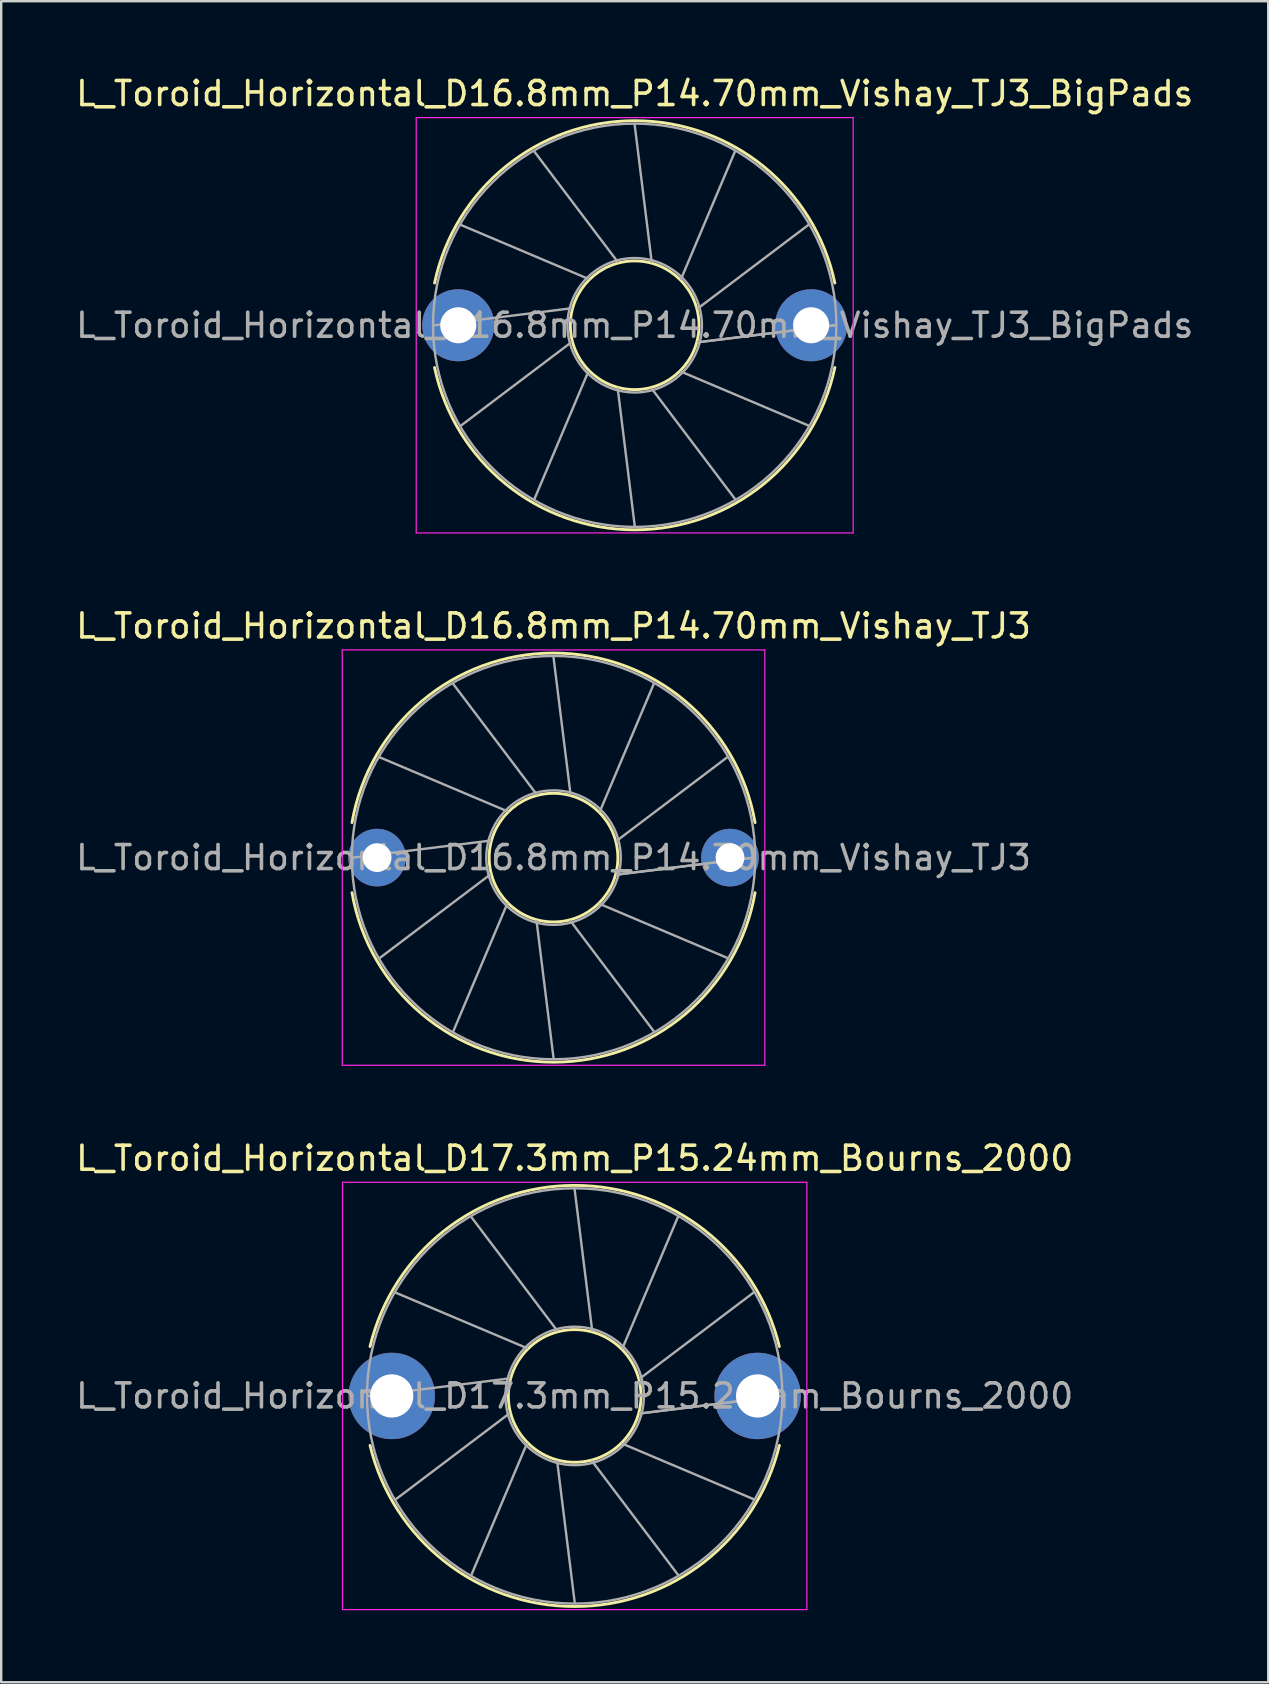
<source format=kicad_pcb>
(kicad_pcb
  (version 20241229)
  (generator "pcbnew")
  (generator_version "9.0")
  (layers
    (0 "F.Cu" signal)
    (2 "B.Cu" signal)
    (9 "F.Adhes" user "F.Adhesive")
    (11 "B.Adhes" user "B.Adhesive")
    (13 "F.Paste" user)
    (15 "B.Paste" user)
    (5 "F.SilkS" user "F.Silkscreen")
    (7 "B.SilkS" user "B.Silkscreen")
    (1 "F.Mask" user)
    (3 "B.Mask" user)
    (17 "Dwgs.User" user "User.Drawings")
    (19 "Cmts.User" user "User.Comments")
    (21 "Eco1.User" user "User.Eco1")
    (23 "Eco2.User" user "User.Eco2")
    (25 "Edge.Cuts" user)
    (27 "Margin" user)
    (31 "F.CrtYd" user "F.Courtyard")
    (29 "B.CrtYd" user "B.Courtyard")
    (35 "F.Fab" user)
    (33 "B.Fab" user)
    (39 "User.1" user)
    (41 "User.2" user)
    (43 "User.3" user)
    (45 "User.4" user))
  (footprint "L_Toroid_Horizontal_D16.8mm_P14.70mm_Vishay_TJ3_BigPads"
    (layer "F.Cu")
    (at 16.037 10.498)
    (property "Reference" "L_Toroid_Horizontal_D16.8mm_P14.70mm_Vishay_TJ3_BigPads" (at 7.35 -9.65 0) (layer "F.SilkS") (effects (font (size 1 1) (thickness 0.15))))
    (attr through_hole)
    (fp_arc (start -0.986234 -1.76) (mid 7.35 -8.52) (end 15.686234 -1.76) (stroke (width 0.12) (type solid)) (layer "F.SilkS"))
    (fp_arc (start 15.686234 1.76) (mid 7.35 8.52) (end -0.986234 1.76) (stroke (width 0.12) (type solid)) (layer "F.SilkS"))
    (fp_circle (center 7.35 0) (end 10.03 0) (stroke (width 0.12) (type solid)) (fill no) (layer "F.SilkS"))
    (fp_line (start -1.75 -8.65) (end -1.75 8.65) (stroke (width 0.05) (type solid)) (layer "F.CrtYd"))
    (fp_line (start -1.75 8.65) (end 16.45 8.65) (stroke (width 0.05) (type solid)) (layer "F.CrtYd"))
    (fp_line (start 16.45 -8.65) (end -1.75 -8.65) (stroke (width 0.05) (type solid)) (layer "F.CrtYd"))
    (fp_line (start 16.45 8.65) (end 16.45 -8.65) (stroke (width 0.05) (type solid)) (layer "F.CrtYd"))
    (fp_line (start -1 0.001) (end 4.709 -0.707) (stroke (width 0.1) (type solid)) (layer "F.Fab"))
    (fp_line (start 0.119 -4.174) (end 5.417 -1.933) (stroke (width 0.1) (type solid)) (layer "F.Fab"))
    (fp_line (start 0.119 4.175) (end 4.71 0.708) (stroke (width 0.1) (type solid)) (layer "F.Fab"))
    (fp_line (start 3.174 -7.23) (end 6.642 -2.64) (stroke (width 0.1) (type solid)) (layer "F.Fab"))
    (fp_line (start 3.176 7.231) (end 5.417 1.933) (stroke (width 0.1) (type solid)) (layer "F.Fab"))
    (fp_line (start 7.349 -8.35) (end 8.057 -2.641) (stroke (width 0.1) (type solid)) (layer "F.Fab"))
    (fp_line (start 7.35 8.35) (end 6.643 2.64) (stroke (width 0.1) (type solid)) (layer "F.Fab"))
    (fp_line (start 11.524 -7.232) (end 9.283 -1.933) (stroke (width 0.1) (type solid)) (layer "F.Fab"))
    (fp_line (start 11.525 7.231) (end 8.058 2.64) (stroke (width 0.1) (type solid)) (layer "F.Fab"))
    (fp_line (start 14.58 -4.176) (end 9.99 -0.708) (stroke (width 0.1) (type solid)) (layer "F.Fab"))
    (fp_line (start 14.581 4.175) (end 9.283 1.933) (stroke (width 0.1) (type solid)) (layer "F.Fab"))
    (fp_line (start 15.7 -0.002) (end 9.991 0.707) (stroke (width 0.1) (type solid)) (layer "F.Fab"))
    (fp_line (start 15.7 0) (end 9.99 0.707) (stroke (width 0.1) (type solid)) (layer "F.Fab"))
    (fp_circle (center 7.35 0) (end 10.15 0) (stroke (width 0.1) (type solid)) (fill no) (layer "F.Fab"))
    (fp_circle (center 7.35 0) (end 15.75 0) (stroke (width 0.1) (type solid)) (fill no) (layer "F.Fab"))
    (fp_text user "${REFERENCE}" (at 7.35 0 0) (layer "F.Fab") (effects (font (size 1 1) (thickness 0.15))))
    (pad "1" thru_hole circle (at 0 0) (size 3 3) (drill 1.5) (layers "*.Cu" "*.Mask"))
    (pad "2" thru_hole circle (at 14.7 0) (size 3 3) (drill 1.5) (layers "*.Cu" "*.Mask")))
  (footprint "L_Toroid_Horizontal_D17.3mm_P15.24mm_Bourns_2000"
    (layer "F.Cu")
    (at 13.267 55.095)
    (property "Reference" "L_Toroid_Horizontal_D17.3mm_P15.24mm_Bourns_2000" (at 7.62 -9.9 0) (layer "F.SilkS") (effects (font (size 1 1) (thickness 0.15))))
    (attr through_hole)
    (fp_arc (start -0.904629 -2.06) (mid 7.62 -8.77) (end 16.144629 -2.06) (stroke (width 0.12) (type solid)) (layer "F.SilkS"))
    (fp_arc (start 16.144629 2.06) (mid 7.62 8.77) (end -0.904629 2.06) (stroke (width 0.12) (type solid)) (layer "F.SilkS"))
    (fp_circle (center 7.62 0) (end 10.383 0) (stroke (width 0.12) (type solid)) (fill no) (layer "F.SilkS"))
    (fp_line (start -2.05 -8.9) (end -2.05 8.9) (stroke (width 0.05) (type solid)) (layer "F.CrtYd"))
    (fp_line (start -2.05 8.9) (end 17.29 8.9) (stroke (width 0.05) (type solid)) (layer "F.CrtYd"))
    (fp_line (start 17.29 -8.9) (end -2.05 -8.9) (stroke (width 0.05) (type solid)) (layer "F.CrtYd"))
    (fp_line (start 17.29 8.9) (end 17.29 -8.9) (stroke (width 0.05) (type solid)) (layer "F.CrtYd"))
    (fp_line (start -0.975 0.001) (end 4.897 -0.729) (stroke (width 0.1) (type solid)) (layer "F.Fab"))
    (fp_line (start 0.176 -4.296) (end 5.627 -1.993) (stroke (width 0.1) (type solid)) (layer "F.Fab"))
    (fp_line (start 0.177 4.298) (end 4.898 0.73) (stroke (width 0.1) (type solid)) (layer "F.Fab"))
    (fp_line (start 3.322 -7.443) (end 6.89 -2.722) (stroke (width 0.1) (type solid)) (layer "F.Fab"))
    (fp_line (start 3.323 7.443) (end 5.627 1.993) (stroke (width 0.1) (type solid)) (layer "F.Fab"))
    (fp_line (start 7.619 -8.595) (end 8.349 -2.723) (stroke (width 0.1) (type solid)) (layer "F.Fab"))
    (fp_line (start 7.62 8.595) (end 6.891 2.723) (stroke (width 0.1) (type solid)) (layer "F.Fab"))
    (fp_line (start 11.916 -7.444) (end 9.613 -1.993) (stroke (width 0.1) (type solid)) (layer "F.Fab"))
    (fp_line (start 11.918 7.443) (end 8.35 2.723) (stroke (width 0.1) (type solid)) (layer "F.Fab"))
    (fp_line (start 15.062 -4.299) (end 10.342 -0.73) (stroke (width 0.1) (type solid)) (layer "F.Fab"))
    (fp_line (start 15.063 4.297) (end 9.613 1.993) (stroke (width 0.1) (type solid)) (layer "F.Fab"))
    (fp_line (start 16.215 -0.002) (end 10.343 0.729) (stroke (width 0.1) (type solid)) (layer "F.Fab"))
    (fp_line (start 16.215 0) (end 10.343 0.729) (stroke (width 0.1) (type solid)) (layer "F.Fab"))
    (fp_circle (center 7.62 0) (end 10.503 0) (stroke (width 0.1) (type solid)) (fill no) (layer "F.Fab"))
    (fp_circle (center 7.62 0) (end 16.27 0) (stroke (width 0.1) (type solid)) (fill no) (layer "F.Fab"))
    (fp_text user "${REFERENCE}" (at 7.62 0 0) (layer "F.Fab") (effects (font (size 1 1) (thickness 0.15))))
    (pad "1" thru_hole circle (at 0 0) (size 3.6 3.6) (drill 1.8) (layers "*.Cu" "*.Mask"))
    (pad "2" thru_hole circle (at 15.24 0) (size 3.6 3.6) (drill 1.8) (layers "*.Cu" "*.Mask")))
  (footprint "L_Toroid_Horizontal_D16.8mm_P14.70mm_Vishay_TJ3"
    (layer "F.Cu")
    (at 12.656 32.672)
    (property "Reference" "L_Toroid_Horizontal_D16.8mm_P14.70mm_Vishay_TJ3" (at 7.35 -9.65 0) (layer "F.SilkS") (effects (font (size 1 1) (thickness 0.15))))
    (attr through_hole)
    (fp_arc (start -1.043974 -1.46) (mid 7.35 -8.52) (end 15.743974 -1.46) (stroke (width 0.12) (type solid)) (layer "F.SilkS"))
    (fp_arc (start 15.743974 1.46) (mid 7.35 8.52) (end -1.043974 1.46) (stroke (width 0.12) (type solid)) (layer "F.SilkS"))
    (fp_circle (center 7.35 0) (end 10.03 0) (stroke (width 0.12) (type solid)) (fill no) (layer "F.SilkS"))
    (fp_line (start -1.45 -8.65) (end -1.45 8.65) (stroke (width 0.05) (type solid)) (layer "F.CrtYd"))
    (fp_line (start -1.45 8.65) (end 16.15 8.65) (stroke (width 0.05) (type solid)) (layer "F.CrtYd"))
    (fp_line (start 16.15 -8.65) (end -1.45 -8.65) (stroke (width 0.05) (type solid)) (layer "F.CrtYd"))
    (fp_line (start 16.15 8.65) (end 16.15 -8.65) (stroke (width 0.05) (type solid)) (layer "F.CrtYd"))
    (fp_line (start -1 0.001) (end 4.709 -0.707) (stroke (width 0.1) (type solid)) (layer "F.Fab"))
    (fp_line (start 0.119 -4.174) (end 5.417 -1.933) (stroke (width 0.1) (type solid)) (layer "F.Fab"))
    (fp_line (start 0.119 4.175) (end 4.71 0.708) (stroke (width 0.1) (type solid)) (layer "F.Fab"))
    (fp_line (start 3.174 -7.23) (end 6.642 -2.64) (stroke (width 0.1) (type solid)) (layer "F.Fab"))
    (fp_line (start 3.176 7.231) (end 5.417 1.933) (stroke (width 0.1) (type solid)) (layer "F.Fab"))
    (fp_line (start 7.349 -8.35) (end 8.057 -2.641) (stroke (width 0.1) (type solid)) (layer "F.Fab"))
    (fp_line (start 7.35 8.35) (end 6.643 2.64) (stroke (width 0.1) (type solid)) (layer "F.Fab"))
    (fp_line (start 11.524 -7.232) (end 9.283 -1.933) (stroke (width 0.1) (type solid)) (layer "F.Fab"))
    (fp_line (start 11.525 7.231) (end 8.058 2.64) (stroke (width 0.1) (type solid)) (layer "F.Fab"))
    (fp_line (start 14.58 -4.176) (end 9.99 -0.708) (stroke (width 0.1) (type solid)) (layer "F.Fab"))
    (fp_line (start 14.581 4.175) (end 9.283 1.933) (stroke (width 0.1) (type solid)) (layer "F.Fab"))
    (fp_line (start 15.7 -0.002) (end 9.991 0.707) (stroke (width 0.1) (type solid)) (layer "F.Fab"))
    (fp_line (start 15.7 0) (end 9.99 0.707) (stroke (width 0.1) (type solid)) (layer "F.Fab"))
    (fp_circle (center 7.35 0) (end 10.15 0) (stroke (width 0.1) (type solid)) (fill no) (layer "F.Fab"))
    (fp_circle (center 7.35 0) (end 15.75 0) (stroke (width 0.1) (type solid)) (fill no) (layer "F.Fab"))
    (fp_text user "${REFERENCE}" (at 7.35 0 0) (layer "F.Fab") (effects (font (size 1 1) (thickness 0.15))))
    (pad "1" thru_hole circle (at 0 0) (size 2.4 2.4) (drill 1.2) (layers "*.Cu" "*.Mask"))
    (pad "2" thru_hole circle (at 14.7 0) (size 2.4 2.4) (drill 1.2) (layers "*.Cu" "*.Mask")))
  (gr_rect
    (start -3 -3)
    (end 49.774 67.02)
    (stroke (width 0.1) (type default))
    (fill no)
    (layer "Edge.Cuts")))
</source>
